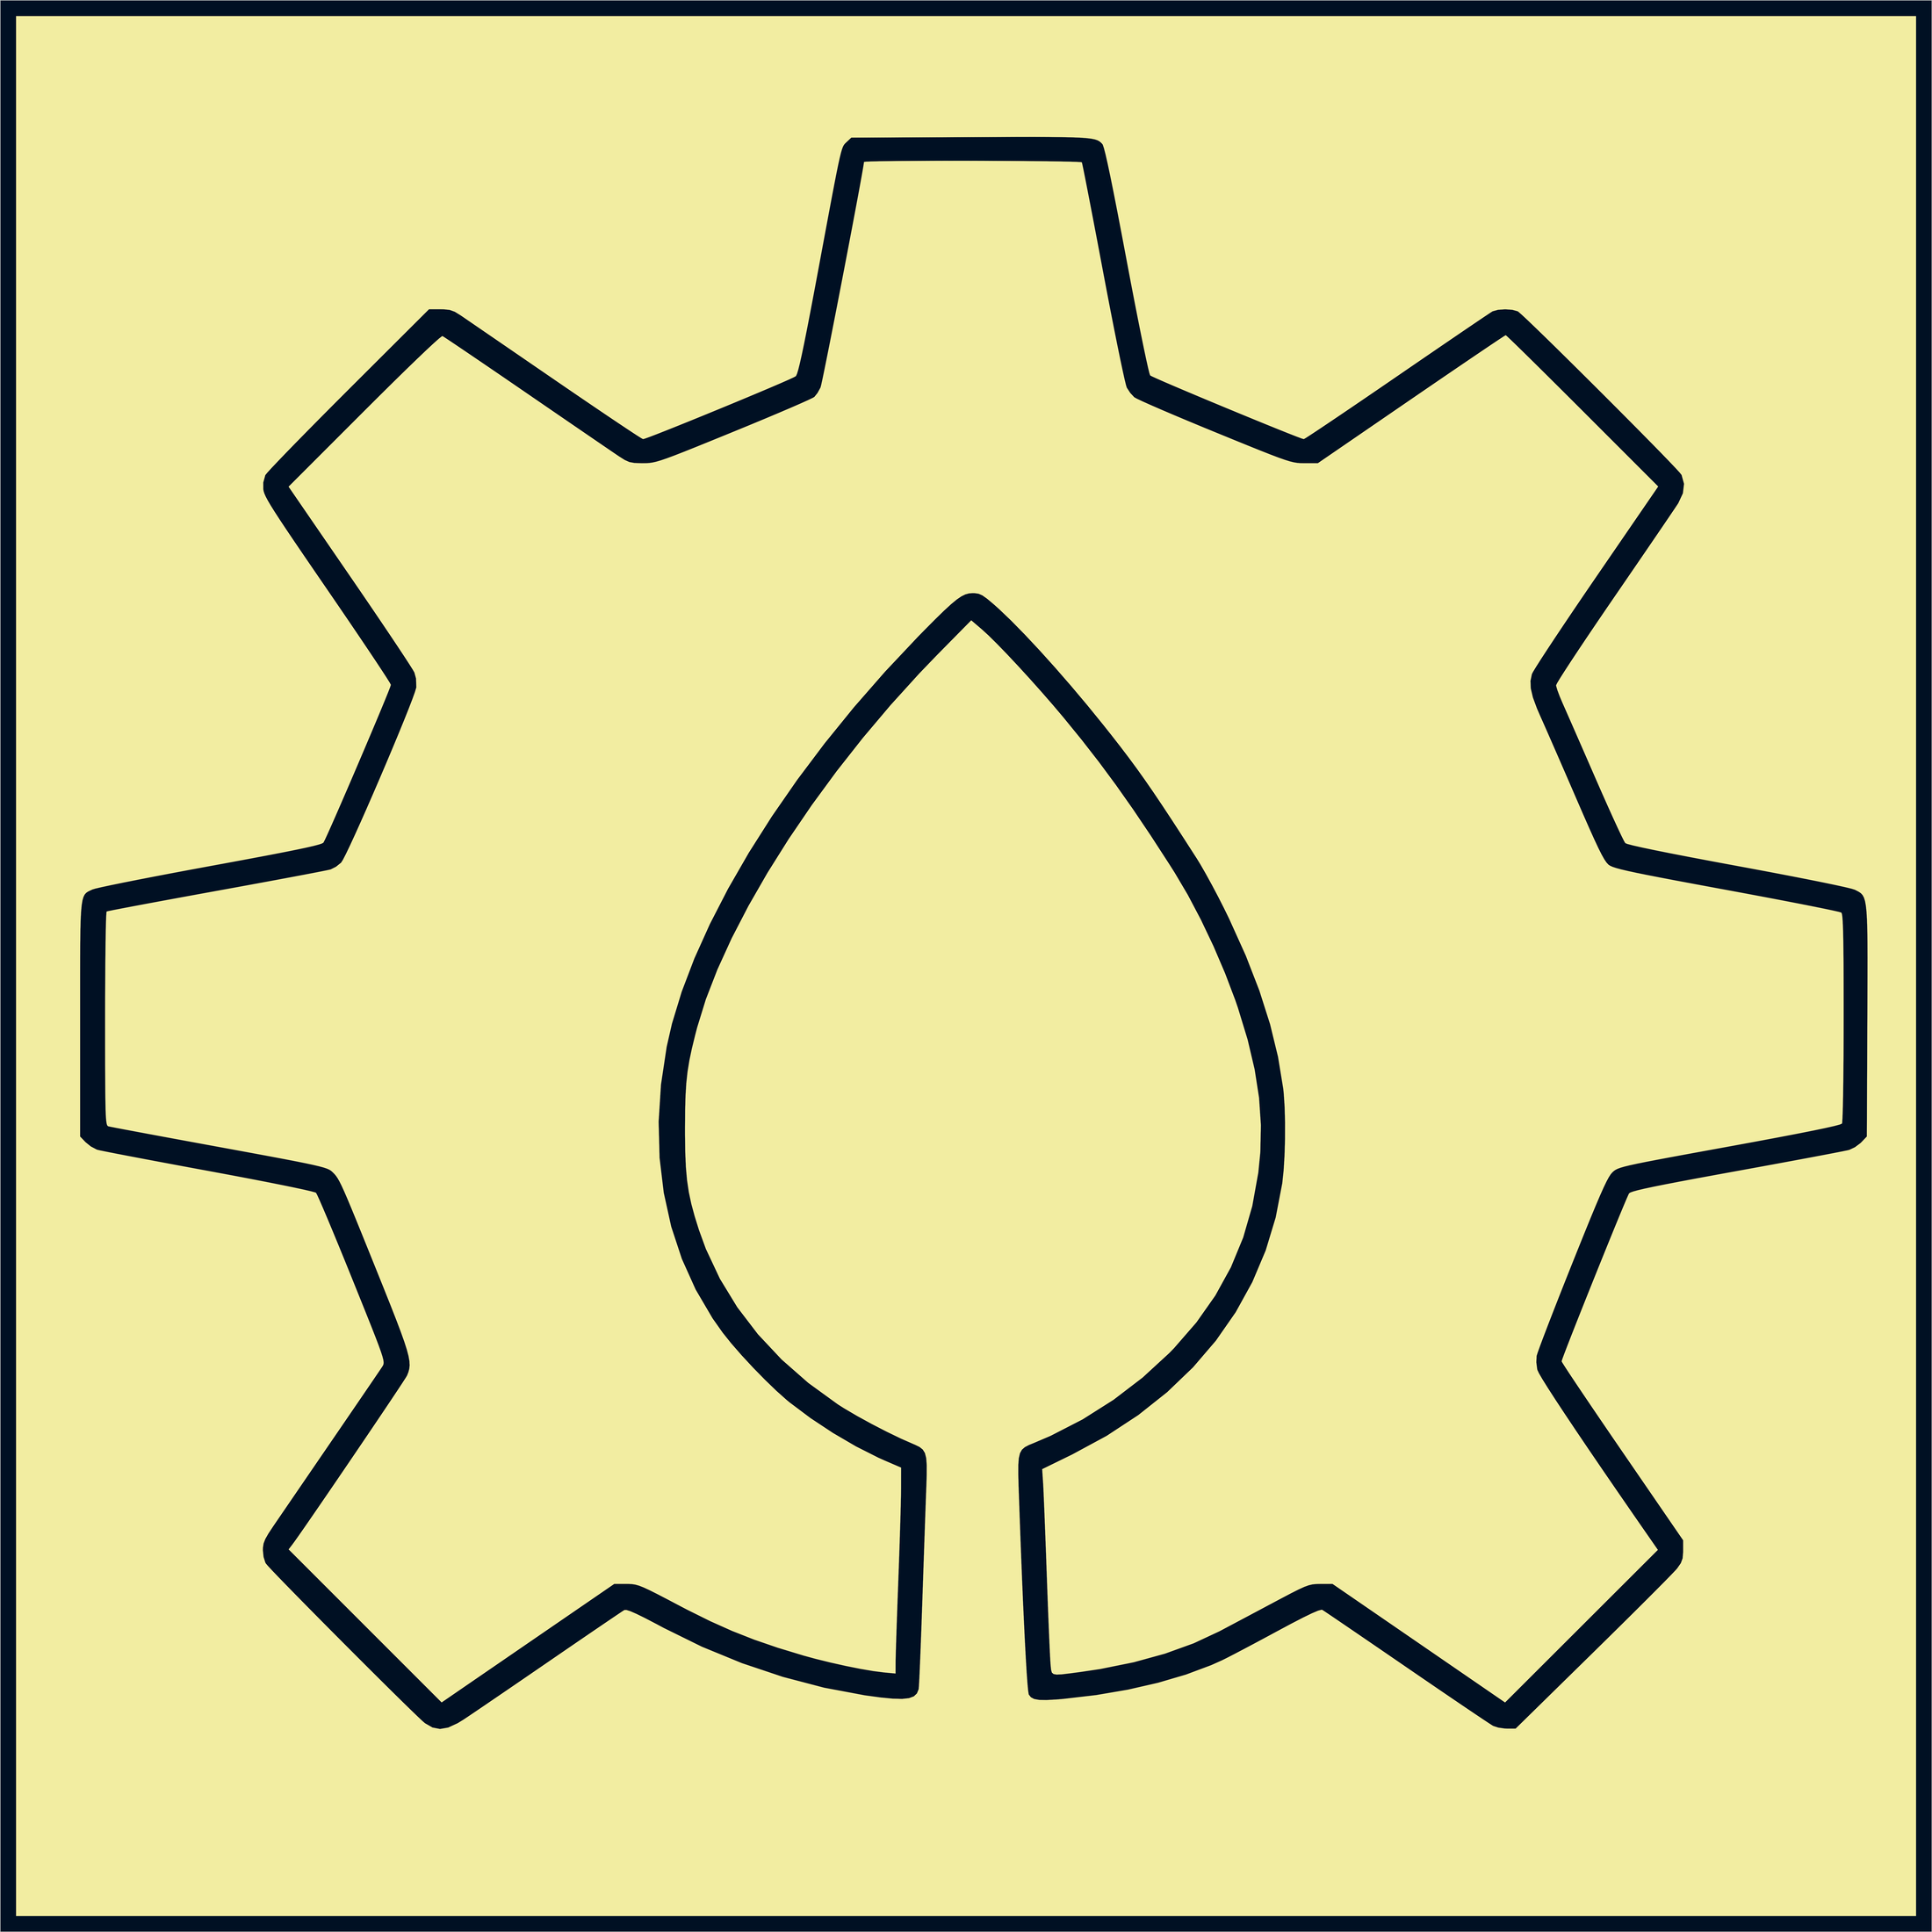
<source format=kicad_pcb>
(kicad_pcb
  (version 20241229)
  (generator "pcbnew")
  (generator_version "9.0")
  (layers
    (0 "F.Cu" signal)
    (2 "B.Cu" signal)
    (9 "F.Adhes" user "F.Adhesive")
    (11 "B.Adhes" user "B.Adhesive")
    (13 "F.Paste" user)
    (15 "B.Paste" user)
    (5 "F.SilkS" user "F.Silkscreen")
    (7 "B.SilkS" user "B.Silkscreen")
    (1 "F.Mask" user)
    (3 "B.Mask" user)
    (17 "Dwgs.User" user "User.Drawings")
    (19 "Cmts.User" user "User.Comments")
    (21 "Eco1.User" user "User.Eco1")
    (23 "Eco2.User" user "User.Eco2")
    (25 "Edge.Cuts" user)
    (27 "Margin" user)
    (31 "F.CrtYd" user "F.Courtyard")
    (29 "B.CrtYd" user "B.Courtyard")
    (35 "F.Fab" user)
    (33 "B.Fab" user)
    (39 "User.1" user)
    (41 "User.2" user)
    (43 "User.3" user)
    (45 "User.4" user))
  (footprint "oseg_logo_umriss"
    (layer "F.Cu")
    (at 180.627 180.627)
    (property "Reference" "oseg_logo_umriss" (at 0 0 0) (layer "F.SilkS") (effects (font (size 1.524 1.524) (thickness 0.3))))
    (attr through_hole)
    (fp_poly (pts (xy 0.036 -153.102) (xy 3.342 -153.096) (xy 6.602 -153.084) (xy 9.741 -153.066) (xy 12.683 -153.043) (xy 15.353 -153.015) (xy 17.676 -152.981) (xy 19.576 -152.943) (xy 20.979 -152.899) (xy 21.81 -152.851) (xy 22.011 -152.814) (xy 22.107 -152.423) (xy 22.321 -151.401) (xy 22.64 -149.807) (xy 23.053 -147.703) (xy 23.549 -145.15) (xy 24.114 -142.21) (xy 24.738 -138.944) (xy 25.408 -135.412) (xy 26.088 -131.807) (xy 26.802 -128.046) (xy 27.492 -124.468) (xy 28.146 -121.136) (xy 28.751 -118.116) (xy 29.293 -115.473) (xy 29.759 -113.269) (xy 30.136 -111.571) (xy 30.411 -110.442) (xy 30.562 -109.962) (xy 31.217 -108.963) (xy 31.983 -108.142) (xy 31.987 -108.139) (xy 32.484 -107.863) (xy 33.564 -107.353) (xy 35.157 -106.641) (xy 37.19 -105.756) (xy 39.594 -104.73) (xy 42.296 -103.594) (xy 45.226 -102.377) (xy 47.302 -101.524) (xy 50.759 -100.11) (xy 53.631 -98.942) (xy 55.984 -97.995) (xy 57.885 -97.246) (xy 59.402 -96.672) (xy 60.6 -96.25) (xy 61.548 -95.957) (xy 62.312 -95.769) (xy 62.959 -95.663) (xy 63.556 -95.615) (xy 64.17 -95.603) (xy 64.329 -95.603) (xy 66.887 -95.603) (xy 84.631 -107.774) (xy 87.791 -109.939) (xy 90.779 -111.981) (xy 93.543 -113.865) (xy 96.034 -115.558) (xy 98.199 -117.024) (xy 99.99 -118.231) (xy 101.354 -119.142) (xy 102.242 -119.724) (xy 102.603 -119.944) (xy 102.607 -119.944) (xy 102.891 -119.702) (xy 103.629 -119.004) (xy 104.776 -117.894) (xy 106.285 -116.416) (xy 108.114 -114.615) (xy 110.217 -112.535) (xy 112.548 -110.22) (xy 115.064 -107.713) (xy 117.217 -105.562) (xy 131.597 -91.179) (xy 119.797 -73.979) (xy 117.647 -70.833) (xy 115.609 -67.831) (xy 113.721 -65.027) (xy 112.017 -62.478) (xy 110.537 -60.238) (xy 109.315 -58.363) (xy 108.39 -56.909) (xy 107.797 -55.932) (xy 107.58 -55.511) (xy 107.315 -54.215) (xy 107.371 -52.776) (xy 107.771 -51.072) (xy 108.54 -48.982) (xy 109.152 -47.573) (xy 109.684 -46.381) (xy 110.45 -44.645) (xy 111.404 -42.468) (xy 112.502 -39.955) (xy 113.698 -37.209) (xy 114.946 -34.333) (xy 115.961 -31.987) (xy 117.359 -28.769) (xy 118.517 -26.14) (xy 119.464 -24.04) (xy 120.232 -22.407) (xy 120.85 -21.178) (xy 121.349 -20.293) (xy 121.759 -19.69) (xy 122.109 -19.307) (xy 122.212 -19.222) (xy 122.518 -19.033) (xy 122.978 -18.836) (xy 123.644 -18.618) (xy 124.568 -18.369) (xy 125.801 -18.078) (xy 127.396 -17.734) (xy 129.403 -17.326) (xy 131.876 -16.843) (xy 134.865 -16.273) (xy 138.422 -15.607) (xy 142.6 -14.832) (xy 144.643 -14.455) (xy 148.436 -13.751) (xy 152.028 -13.076) (xy 155.358 -12.442) (xy 158.364 -11.86) (xy 160.986 -11.343) (xy 163.163 -10.903) (xy 164.833 -10.551) (xy 165.937 -10.3) (xy 166.413 -10.163) (xy 166.423 -10.156) (xy 166.522 -9.925) (xy 166.607 -9.379) (xy 166.677 -8.472) (xy 166.734 -7.159) (xy 166.779 -5.396) (xy 166.813 -3.135) (xy 166.837 -0.333) (xy 166.851 3.057) (xy 166.858 7.08) (xy 166.858 9.833) (xy 166.852 13.499) (xy 166.835 16.96) (xy 166.809 20.15) (xy 166.775 23.004) (xy 166.734 25.456) (xy 166.687 27.441) (xy 166.635 28.893) (xy 166.579 29.747) (xy 166.541 29.95) (xy 166.138 30.128) (xy 165.085 30.41) (xy 163.376 30.797) (xy 161.003 31.291) (xy 157.96 31.893) (xy 154.24 32.605) (xy 149.837 33.428) (xy 145.115 34.296) (xy 140.763 35.09) (xy 137.051 35.77) (xy 133.925 36.348) (xy 131.33 36.836) (xy 129.213 37.245) (xy 127.519 37.588) (xy 126.194 37.878) (xy 125.184 38.124) (xy 124.435 38.341) (xy 123.892 38.54) (xy 123.502 38.733) (xy 123.21 38.932) (xy 122.962 39.149) (xy 122.868 39.239) (xy 122.558 39.602) (xy 122.194 40.171) (xy 121.75 40.998) (xy 121.204 42.136) (xy 120.534 43.637) (xy 119.714 45.555) (xy 118.723 47.942) (xy 117.538 50.851) (xy 116.134 54.335) (xy 115.225 56.603) (xy 113.932 59.848) (xy 112.715 62.928) (xy 111.601 65.774) (xy 110.615 68.317) (xy 109.785 70.489) (xy 109.136 72.222) (xy 108.695 73.445) (xy 108.488 74.092) (xy 108.48 74.129) (xy 108.422 75.321) (xy 108.583 76.62) (xy 108.629 76.805) (xy 108.922 77.429) (xy 109.606 78.601) (xy 110.665 80.295) (xy 112.079 82.484) (xy 113.833 85.143) (xy 115.907 88.245) (xy 118.284 91.763) (xy 120.947 95.672) (xy 123.878 99.943) (xy 127.059 104.552) (xy 129.311 107.801) (xy 131.535 111.003) (xy 117.009 125.509) (xy 102.482 140.015) (xy 69.68 117.475) (xy 67.384 117.478) (xy 66.583 117.492) (xy 65.878 117.56) (xy 65.16 117.725) (xy 64.319 118.03) (xy 63.244 118.518) (xy 61.826 119.232) (xy 59.955 120.216) (xy 58.737 120.863) (xy 56.444 122.084) (xy 54.022 123.373) (xy 51.666 124.625) (xy 49.572 125.737) (xy 48.154 126.489) (xy 43.272 128.766) (xy 37.82 130.734) (xy 31.876 132.371) (xy 25.516 133.654) (xy 21.726 134.221) (xy 19.666 134.492) (xy 18.202 134.664) (xy 17.228 134.711) (xy 16.638 134.609) (xy 16.325 134.333) (xy 16.184 133.858) (xy 16.109 133.16) (xy 16.084 132.909) (xy 16.03 132.164) (xy 15.957 130.798) (xy 15.866 128.895) (xy 15.764 126.539) (xy 15.652 123.815) (xy 15.535 120.806) (xy 15.415 117.598) (xy 15.354 115.888) (xy 15.236 112.576) (xy 15.118 109.394) (xy 15.005 106.43) (xy 14.9 103.773) (xy 14.806 101.512) (xy 14.728 99.736) (xy 14.669 98.534) (xy 14.648 98.188) (xy 14.477 95.657) (xy 20.203 92.859) (xy 26.744 89.323) (xy 32.762 85.371) (xy 38.239 81.024) (xy 43.161 76.302) (xy 47.511 71.226) (xy 51.275 65.817) (xy 54.434 60.095) (xy 56.975 54.08) (xy 58.881 47.792) (xy 60.131 41.294) (xy 60.387 38.863) (xy 60.561 35.969) (xy 60.652 32.828) (xy 60.656 29.656) (xy 60.571 26.67) (xy 60.397 24.087) (xy 60.308 23.274) (xy 59.32 17.255) (xy 57.815 11.072) (xy 55.776 4.672) (xy 53.187 -1.996) (xy 50.03 -8.985) (xy 49.077 -10.936) (xy 47.959 -13.138) (xy 46.771 -15.385) (xy 45.612 -17.497) (xy 44.581 -19.295) (xy 43.91 -20.391) (xy 41.43 -24.243) (xy 39.261 -27.583) (xy 37.341 -30.496) (xy 35.609 -33.071) (xy 34.004 -35.394) (xy 32.465 -37.553) (xy 30.931 -39.634) (xy 29.342 -41.726) (xy 27.636 -43.915) (xy 26.024 -45.946) (xy 23.044 -49.612) (xy 19.996 -53.234) (xy 16.952 -56.732) (xy 13.986 -60.025) (xy 11.172 -63.031) (xy 8.584 -65.672) (xy 6.294 -67.864) (xy 5.194 -68.845) (xy 3.99 -69.853) (xy 3.118 -70.469) (xy 2.401 -70.787) (xy 1.66 -70.899) (xy 1.257 -70.908) (xy 0.569 -70.858) (xy -0.122 -70.673) (xy -0.88 -70.302) (xy -1.768 -69.696) (xy -2.849 -68.803) (xy -4.187 -67.573) (xy -5.844 -65.956) (xy -7.886 -63.901) (xy -9.183 -62.578) (xy -15.408 -55.969) (xy -21.323 -49.205) (xy -26.899 -42.334) (xy -32.109 -35.402) (xy -36.923 -28.454) (xy -41.314 -21.538) (xy -45.252 -14.7) (xy -48.71 -7.986) (xy -51.66 -1.442) (xy -54.071 4.885) (xy -55.918 10.949) (xy -56.924 15.346) (xy -58.007 22.542) (xy -58.455 29.592) (xy -58.277 36.463) (xy -57.477 43.123) (xy -56.063 49.538) (xy -54.041 55.675) (xy -51.418 61.502) (xy -48.199 66.985) (xy -46.278 69.708) (xy -44.671 71.718) (xy -42.693 73.989) (xy -40.492 76.364) (xy -38.219 78.687) (xy -36.024 80.802) (xy -34.056 82.553) (xy -33.543 82.975) (xy -29.585 85.947) (xy -25.307 88.778) (xy -20.928 91.336) (xy -16.666 93.487) (xy -15.434 94.037) (xy -12.347 95.368) (xy -12.355 99.278) (xy -12.371 100.543) (xy -12.412 102.404) (xy -12.475 104.751) (xy -12.557 107.476) (xy -12.655 110.468) (xy -12.765 113.619) (xy -12.875 116.593) (xy -12.992 119.704) (xy -13.1 122.681) (xy -13.196 125.429) (xy -13.277 127.853) (xy -13.339 129.859) (xy -13.38 131.352) (xy -13.396 132.238) (xy -13.396 132.254) (xy -13.406 134.51) (xy -15.658 134.3) (xy -17.638 134.046) (xy -20.109 133.622) (xy -22.889 133.066) (xy -25.797 132.417) (xy -28.651 131.712) (xy -30.885 131.102) (xy -35.817 129.604) (xy -40.272 128.073) (xy -44.475 126.418) (xy -48.655 124.548) (xy -53.035 122.373) (xy -54.358 121.681) (xy -56.8 120.395) (xy -58.711 119.402) (xy -60.184 118.664) (xy -61.31 118.143) (xy -62.183 117.802) (xy -62.894 117.603) (xy -63.536 117.507) (xy -64.201 117.477) (xy -64.608 117.475) (xy -66.89 117.475) (xy -78.336 125.33) (xy -81.113 127.236) (xy -83.922 129.164) (xy -86.66 131.044) (xy -89.223 132.804) (xy -91.508 134.372) (xy -93.411 135.679) (xy -94.746 136.596) (xy -99.709 140.006) (xy -114.254 125.459) (xy -128.798 110.911) (xy -128.133 110.048) (xy -127.632 109.364) (xy -126.807 108.195) (xy -125.703 106.61) (xy -124.366 104.673) (xy -122.84 102.452) (xy -121.17 100.014) (xy -119.403 97.424) (xy -117.583 94.749) (xy -115.755 92.056) (xy -113.964 89.412) (xy -112.257 86.883) (xy -110.676 84.535) (xy -109.269 82.436) (xy -108.081 80.651) (xy -107.155 79.248) (xy -106.538 78.292) (xy -106.275 77.851) (xy -106.274 77.849) (xy -106.028 77.223) (xy -105.861 76.6) (xy -105.788 75.919) (xy -105.829 75.121) (xy -106 74.145) (xy -106.32 72.93) (xy -106.805 71.415) (xy -107.474 69.54) (xy -108.343 67.245) (xy -109.431 64.468) (xy -110.755 61.15) (xy -112.049 57.933) (xy -113.593 54.104) (xy -114.899 50.873) (xy -115.992 48.186) (xy -116.897 45.985) (xy -117.639 44.217) (xy -118.243 42.824) (xy -118.735 41.751) (xy -119.14 40.942) (xy -119.482 40.342) (xy -119.787 39.895) (xy -120.08 39.545) (xy -120.386 39.236) (xy -120.529 39.1) (xy -120.774 38.896) (xy -121.091 38.703) (xy -121.533 38.509) (xy -122.157 38.301) (xy -123.017 38.069) (xy -124.166 37.799) (xy -125.661 37.48) (xy -127.555 37.101) (xy -129.904 36.648) (xy -132.761 36.11) (xy -136.182 35.476) (xy -140.22 34.733) (xy -141.993 34.407) (xy -145.712 33.724) (xy -149.235 33.075) (xy -152.497 32.472) (xy -155.436 31.926) (xy -157.988 31.449) (xy -160.092 31.054) (xy -161.684 30.751) (xy -162.701 30.552) (xy -163.072 30.473) (xy -163.203 30.401) (xy -163.314 30.23) (xy -163.407 29.907) (xy -163.483 29.377) (xy -163.544 28.589) (xy -163.592 27.486) (xy -163.628 26.015) (xy -163.654 24.123) (xy -163.671 21.756) (xy -163.682 18.859) (xy -163.687 15.378) (xy -163.689 11.26) (xy -163.689 10.051) (xy -163.684 6.339) (xy -163.67 2.84) (xy -163.648 -0.381) (xy -163.618 -3.262) (xy -163.581 -5.741) (xy -163.54 -7.752) (xy -163.493 -9.235) (xy -163.442 -10.125) (xy -163.4 -10.367) (xy -163.01 -10.461) (xy -161.987 -10.668) (xy -160.392 -10.977) (xy -158.288 -11.377) (xy -155.735 -11.856) (xy -152.794 -12.402) (xy -149.528 -13.004) (xy -145.998 -13.651) (xy -142.498 -14.288) (xy -138.747 -14.971) (xy -135.179 -15.626) (xy -131.86 -16.239) (xy -128.854 -16.8) (xy -126.225 -17.294) (xy -124.039 -17.712) (xy -122.359 -18.04) (xy -121.251 -18.266) (xy -120.796 -18.372) (xy -119.792 -18.876) (xy -118.848 -19.632) (xy -118.806 -19.676) (xy -118.463 -20.22) (xy -117.888 -21.338) (xy -117.115 -22.952) (xy -116.178 -24.982) (xy -115.112 -27.348) (xy -113.95 -29.971) (xy -112.727 -32.772) (xy -111.475 -35.672) (xy -110.23 -38.591) (xy -109.025 -41.451) (xy -107.894 -44.171) (xy -106.87 -46.672) (xy -105.989 -48.876) (xy -105.284 -50.702) (xy -104.789 -52.073) (xy -104.538 -52.907) (xy -104.517 -53.03) (xy -104.57 -54.667) (xy -104.884 -55.809) (xy -105.179 -56.329) (xy -105.837 -57.374) (xy -106.822 -58.888) (xy -108.096 -60.814) (xy -109.622 -63.097) (xy -111.363 -65.681) (xy -113.28 -68.509) (xy -115.337 -71.526) (xy -117.114 -74.119) (xy -128.807 -91.146) (xy -114.41 -105.548) (xy -111.518 -108.431) (xy -108.853 -111.065) (xy -106.451 -113.417) (xy -104.349 -115.452) (xy -102.581 -117.137) (xy -101.184 -118.436) (xy -100.194 -119.315) (xy -99.646 -119.741) (xy -99.553 -119.775) (xy -99.182 -119.547) (xy -98.285 -118.956) (xy -96.918 -118.04) (xy -95.135 -116.836) (xy -92.992 -115.382) (xy -90.543 -113.715) (xy -87.845 -111.872) (xy -84.953 -109.891) (xy -83.501 -108.895) (xy -80.475 -106.818) (xy -77.569 -104.825) (xy -74.847 -102.959) (xy -72.37 -101.263) (xy -70.202 -99.778) (xy -68.403 -98.549) (xy -67.037 -97.617) (xy -66.166 -97.026) (xy -65.974 -96.897) (xy -64.888 -96.211) (xy -64.011 -95.823) (xy -63.057 -95.648) (xy -61.734 -95.603) (xy -61.462 -95.603) (xy -60.835 -95.61) (xy -60.242 -95.645) (xy -59.617 -95.732) (xy -58.894 -95.895) (xy -58.006 -96.155) (xy -56.888 -96.537) (xy -55.472 -97.062) (xy -53.692 -97.755) (xy -51.482 -98.638) (xy -48.775 -99.735) (xy -45.506 -101.067) (xy -44.197 -101.602) (xy -41.138 -102.859) (xy -38.265 -104.053) (xy -35.647 -105.155) (xy -33.354 -106.134) (xy -31.456 -106.962) (xy -30.021 -107.607) (xy -29.12 -108.041) (xy -28.836 -108.209) (xy -28.24 -108.954) (xy -27.692 -109.949) (xy -27.654 -110.037) (xy -27.529 -110.521) (xy -27.288 -111.625) (xy -26.947 -113.272) (xy -26.518 -115.39) (xy -26.016 -117.903) (xy -25.457 -120.737) (xy -24.853 -123.817) (xy -24.22 -127.07) (xy -23.572 -130.42) (xy -22.923 -133.793) (xy -22.288 -137.115) (xy -21.681 -140.31) (xy -21.116 -143.305) (xy -20.607 -146.026) (xy -20.169 -148.396) (xy -19.817 -150.343) (xy -19.564 -151.791) (xy -19.425 -152.667) (xy -19.403 -152.883) (xy -19.063 -152.933) (xy -18.092 -152.977) (xy -16.566 -153.014) (xy -14.561 -153.044) (xy -12.15 -153.068) (xy -9.41 -153.086) (xy -6.416 -153.097) (xy -3.242 -153.103) (xy 0.036 -153.102)) (stroke (width 0.01) (type solid)) (fill yes) (layer "F.SilkS"))
    (fp_poly (pts (xy 180.622 180.622) (xy -180.622 180.622) (xy -180.622 5.907) (xy -168.452 5.907) (xy -168.451 10.104) (xy -168.451 32.409) (xy -167.408 33.499) (xy -166.417 34.301) (xy -165.312 34.885) (xy -165.115 34.951) (xy -164.543 35.08) (xy -163.343 35.324) (xy -161.583 35.67) (xy -159.329 36.104) (xy -156.647 36.615) (xy -153.603 37.188) (xy -150.266 37.813) (xy -146.7 38.476) (xy -143.964 38.981) (xy -140.054 39.708) (xy -136.429 40.396) (xy -133.144 41.031) (xy -130.255 41.605) (xy -127.814 42.105) (xy -125.877 42.52) (xy -124.499 42.84) (xy -123.733 43.053) (xy -123.595 43.117) (xy -123.373 43.53) (xy -122.917 44.532) (xy -122.254 46.059) (xy -121.412 48.043) (xy -120.419 50.42) (xy -119.302 53.124) (xy -118.089 56.089) (xy -116.808 59.249) (xy -116.751 59.392) (xy -115.291 63.013) (xy -114.075 66.038) (xy -113.083 68.524) (xy -112.296 70.529) (xy -111.694 72.11) (xy -111.257 73.324) (xy -110.965 74.23) (xy -110.798 74.885) (xy -110.737 75.346) (xy -110.762 75.672) (xy -110.852 75.92) (xy -110.983 76.14) (xy -111.304 76.62) (xy -111.981 77.619) (xy -112.97 79.074) (xy -114.229 80.92) (xy -115.713 83.095) (xy -117.38 85.534) (xy -119.186 88.176) (xy -120.647 90.311) (xy -122.595 93.156) (xy -124.489 95.925) (xy -126.279 98.541) (xy -127.912 100.927) (xy -129.336 103.009) (xy -130.499 104.71) (xy -131.349 105.953) (xy -131.703 106.472) (xy -132.647 107.899) (xy -133.242 108.942) (xy -133.564 109.776) (xy -133.689 110.58) (xy -133.703 111.067) (xy -133.571 112.35) (xy -133.234 113.414) (xy -133.126 113.604) (xy -132.745 114.054) (xy -131.916 114.945) (xy -130.696 116.22) (xy -129.14 117.826) (xy -127.301 119.706) (xy -125.237 121.806) (xy -123.001 124.069) (xy -120.649 126.442) (xy -118.235 128.867) (xy -115.816 131.291) (xy -113.446 133.658) (xy -111.18 135.912) (xy -109.073 137.999) (xy -107.18 139.862) (xy -105.557 141.447) (xy -104.259 142.698) (xy -103.34 143.561) (xy -102.87 143.969) (xy -101.451 144.782) (xy -100.018 145.059) (xy -98.458 144.789) (xy -96.66 143.962) (xy -95.56 143.287) (xy -94.731 142.735) (xy -93.393 141.832) (xy -91.618 140.627) (xy -89.478 139.169) (xy -87.043 137.508) (xy -84.388 135.691) (xy -81.582 133.768) (xy -79.251 132.168) (xy -76.466 130.257) (xy -73.847 128.463) (xy -71.453 126.827) (xy -69.344 125.39) (xy -67.58 124.192) (xy -66.221 123.274) (xy -65.327 122.677) (xy -64.963 122.445) (xy -64.57 122.436) (xy -63.82 122.673) (xy -62.656 123.181) (xy -61.023 123.984) (xy -58.868 125.108) (xy -57.503 125.839) (xy -50.235 129.419) (xy -42.63 132.542) (xy -34.836 135.156) (xy -27 137.212) (xy -19.27 138.661) (xy -19.226 138.667) (xy -16.275 139.068) (xy -13.938 139.295) (xy -12.147 139.341) (xy -10.831 139.197) (xy -9.918 138.854) (xy -9.34 138.306) (xy -9.024 137.543) (xy -9.008 137.47) (xy -8.962 136.968) (xy -8.897 135.834) (xy -8.817 134.144) (xy -8.723 131.973) (xy -8.619 129.394) (xy -8.509 126.483) (xy -8.395 123.313) (xy -8.304 120.65) (xy -8.185 117.108) (xy -8.064 113.582) (xy -7.947 110.176) (xy -7.837 106.997) (xy -7.736 104.15) (xy -7.65 101.739) (xy -7.582 99.872) (xy -7.553 99.131) (xy -7.474 96.702) (xy -7.471 94.873) (xy -7.574 93.537) (xy -7.816 92.59) (xy -8.226 91.925) (xy -8.836 91.438) (xy -9.677 91.024) (xy -9.969 90.902) (xy -12.354 89.854) (xy -15.08 88.537) (xy -17.931 87.066) (xy -20.69 85.554) (xy -23.139 84.116) (xy -24.381 83.329) (xy -29.994 79.255) (xy -35.065 74.803) (xy -39.57 70.002) (xy -43.486 64.879) (xy -46.791 59.465) (xy -49.462 53.787) (xy -50.776 50.186) (xy -51.592 47.573) (xy -52.228 45.226) (xy -52.704 42.995) (xy -53.042 40.726) (xy -53.262 38.27) (xy -53.384 35.474) (xy -53.43 32.186) (xy -53.431 30.692) (xy -53.407 27.409) (xy -53.332 24.664) (xy -53.187 22.287) (xy -52.951 20.112) (xy -52.604 17.969) (xy -52.124 15.692) (xy -51.493 13.112) (xy -51.113 11.656) (xy -49.466 6.322) (xy -47.267 0.657) (xy -44.556 -5.281) (xy -41.368 -11.433) (xy -37.742 -17.743) (xy -33.716 -24.151) (xy -29.326 -30.599) (xy -24.61 -37.03) (xy -19.606 -43.384) (xy -14.351 -49.605) (xy -8.883 -55.633) (xy -5.415 -59.235) (xy 0.988 -65.731) (xy 3.018 -63.998) (xy 4.274 -62.849) (xy 5.896 -61.246) (xy 7.797 -59.281) (xy 9.894 -57.045) (xy 12.103 -54.63) (xy 14.339 -52.125) (xy 16.518 -49.624) (xy 18.491 -47.293) (xy 21.959 -43.037) (xy 25.267 -38.785) (xy 28.5 -34.415) (xy 31.746 -29.806) (xy 35.093 -24.836) (xy 38.628 -19.383) (xy 39.666 -17.748) (xy 42.163 -13.525) (xy 44.654 -8.798) (xy 47.047 -3.763) (xy 49.25 1.385) (xy 51.172 6.451) (xy 51.684 7.938) (xy 53.529 13.981) (xy 54.865 19.65) (xy 55.705 25.048) (xy 56.061 30.274) (xy 55.946 35.431) (xy 55.564 39.264) (xy 54.419 45.624) (xy 52.688 51.615) (xy 50.352 57.275) (xy 47.393 62.644) (xy 43.791 67.761) (xy 39.526 72.666) (xy 38.629 73.587) (xy 33.562 78.242) (xy 28.036 82.468) (xy 22.168 86.185) (xy 16.078 89.316) (xy 12.939 90.656) (xy 11.941 91.066) (xy 11.179 91.466) (xy 10.625 91.952) (xy 10.251 92.617) (xy 10.028 93.557) (xy 9.929 94.867) (xy 9.925 96.642) (xy 9.988 98.977) (xy 10.039 100.462) (xy 10.239 106.081) (xy 10.439 111.379) (xy 10.636 116.318) (xy 10.829 120.861) (xy 11.016 124.971) (xy 11.195 128.61) (xy 11.364 131.741) (xy 11.521 134.328) (xy 11.665 136.332) (xy 11.793 137.716) (xy 11.904 138.443) (xy 11.933 138.527) (xy 12.329 139.03) (xy 12.949 139.361) (xy 13.898 139.533) (xy 15.28 139.559) (xy 17.2 139.452) (xy 18.467 139.346) (xy 24.723 138.618) (xy 30.771 137.587) (xy 36.504 136.277) (xy 41.818 134.715) (xy 46.608 132.926) (xy 48.683 131.998) (xy 49.631 131.526) (xy 51.084 130.777) (xy 52.926 129.81) (xy 55.045 128.686) (xy 57.324 127.465) (xy 59.083 126.515) (xy 61.881 125.017) (xy 64.102 123.869) (xy 65.774 123.058) (xy 66.924 122.57) (xy 67.581 122.393) (xy 67.726 122.413) (xy 68.112 122.663) (xy 69.024 123.275) (xy 70.405 124.21) (xy 72.201 125.432) (xy 74.354 126.901) (xy 76.81 128.579) (xy 79.513 130.429) (xy 82.407 132.413) (xy 83.757 133.34) (xy 86.735 135.381) (xy 89.561 137.313) (xy 92.178 139.096) (xy 94.528 140.69) (xy 96.553 142.058) (xy 98.194 143.159) (xy 99.396 143.955) (xy 100.098 144.407) (xy 100.232 144.485) (xy 101.204 144.801) (xy 102.448 144.978) (xy 102.853 144.992) (xy 104.493 144.992) (xy 119.279 130.484) (xy 122.001 127.808) (xy 124.6 125.242) (xy 127.027 122.837) (xy 129.232 120.64) (xy 131.168 118.7) (xy 132.786 117.067) (xy 134.035 115.789) (xy 134.869 114.915) (xy 135.207 114.535) (xy 135.907 113.533) (xy 136.247 112.612) (xy 136.347 111.415) (xy 136.349 111.139) (xy 136.349 109.185) (xy 124.795 92.352) (xy 122.685 89.272) (xy 120.7 86.361) (xy 118.874 83.673) (xy 117.243 81.259) (xy 115.842 79.173) (xy 114.707 77.466) (xy 113.873 76.192) (xy 113.375 75.403) (xy 113.242 75.154) (xy 113.37 74.739) (xy 113.734 73.75) (xy 114.303 72.264) (xy 115.044 70.36) (xy 115.926 68.117) (xy 116.919 65.612) (xy 117.99 62.924) (xy 119.107 60.132) (xy 120.24 57.314) (xy 121.358 54.547) (xy 122.427 51.911) (xy 123.418 49.484) (xy 124.298 47.343) (xy 125.037 45.569) (xy 125.602 44.238) (xy 125.962 43.429) (xy 126.07 43.221) (xy 126.312 43.061) (xy 126.859 42.863) (xy 127.753 42.618) (xy 129.039 42.316) (xy 130.763 41.949) (xy 132.968 41.507) (xy 135.698 40.981) (xy 138.999 40.362) (xy 142.915 39.64) (xy 146.6 38.969) (xy 150.309 38.293) (xy 153.839 37.645) (xy 157.124 37.037) (xy 160.098 36.483) (xy 162.693 35.994) (xy 164.845 35.583) (xy 166.486 35.262) (xy 167.55 35.045) (xy 167.937 34.954) (xy 169.012 34.447) (xy 170.062 33.664) (xy 170.23 33.499) (xy 171.274 32.41) (xy 171.366 10.472) (xy 171.385 5.807) (xy 171.4 1.795) (xy 171.404 -1.615) (xy 171.392 -4.477) (xy 171.36 -6.841) (xy 171.302 -8.759) (xy 171.214 -10.285) (xy 171.091 -11.47) (xy 170.927 -12.366) (xy 170.718 -13.026) (xy 170.459 -13.501) (xy 170.144 -13.843) (xy 169.77 -14.105) (xy 169.33 -14.338) (xy 168.981 -14.512) (xy 168.391 -14.699) (xy 167.161 -14.997) (xy 165.342 -15.397) (xy 162.989 -15.887) (xy 160.154 -16.457) (xy 156.892 -17.095) (xy 153.255 -17.792) (xy 149.297 -18.536) (xy 146.805 -18.997) (xy 141.949 -19.899) (xy 137.682 -20.707) (xy 134.022 -21.416) (xy 130.982 -22.025) (xy 128.578 -22.529) (xy 126.826 -22.926) (xy 125.741 -23.213) (xy 125.347 -23.374) (xy 125.09 -23.809) (xy 124.589 -24.815) (xy 123.88 -26.316) (xy 122.999 -28.234) (xy 121.98 -30.492) (xy 120.859 -33.014) (xy 119.771 -35.494) (xy 118.542 -38.314) (xy 117.347 -41.05) (xy 116.229 -43.605) (xy 115.232 -45.881) (xy 114.397 -47.781) (xy 113.769 -49.207) (xy 113.453 -49.918) (xy 112.879 -51.272) (xy 112.441 -52.439) (xy 112.208 -53.229) (xy 112.188 -53.386) (xy 112.382 -53.79) (xy 112.941 -54.72) (xy 113.831 -56.119) (xy 115.013 -57.934) (xy 116.452 -60.109) (xy 118.112 -62.59) (xy 119.957 -65.322) (xy 121.95 -68.249) (xy 123.256 -70.155) (xy 125.36 -73.223) (xy 127.374 -76.162) (xy 129.255 -78.912) (xy 130.964 -81.415) (xy 132.459 -83.609) (xy 133.698 -85.435) (xy 134.643 -86.832) (xy 135.25 -87.741) (xy 135.427 -88.012) (xy 136.302 -89.889) (xy 136.515 -91.685) (xy 136.058 -93.339) (xy 136.019 -93.415) (xy 135.677 -93.839) (xy 134.887 -94.701) (xy 133.701 -95.949) (xy 132.173 -97.529) (xy 130.357 -99.386) (xy 128.308 -101.468) (xy 126.078 -103.72) (xy 123.722 -106.088) (xy 121.293 -108.52) (xy 118.846 -110.961) (xy 116.434 -113.357) (xy 114.111 -115.655) (xy 111.93 -117.802) (xy 109.946 -119.742) (xy 108.213 -121.423) (xy 106.783 -122.792) (xy 105.712 -123.793) (xy 105.052 -124.374) (xy 104.886 -124.494) (xy 103.865 -124.776) (xy 102.511 -124.87) (xy 101.155 -124.778) (xy 100.132 -124.499) (xy 100.093 -124.479) (xy 99.671 -124.21) (xy 98.722 -123.578) (xy 97.298 -122.619) (xy 95.453 -121.368) (xy 93.239 -119.862) (xy 90.71 -118.137) (xy 87.92 -116.23) (xy 84.921 -114.176) (xy 81.941 -112.132) (xy 78.809 -109.986) (xy 75.848 -107.964) (xy 73.108 -106.1) (xy 70.642 -104.43) (xy 68.5 -102.987) (xy 66.734 -101.807) (xy 65.395 -100.924) (xy 64.536 -100.373) (xy 64.209 -100.189) (xy 63.778 -100.321) (xy 62.779 -100.695) (xy 61.294 -101.277) (xy 59.406 -102.032) (xy 57.195 -102.927) (xy 54.744 -103.929) (xy 52.134 -105.002) (xy 49.447 -106.114) (xy 46.765 -107.229) (xy 44.17 -108.315) (xy 41.744 -109.338) (xy 39.568 -110.262) (xy 37.725 -111.055) (xy 36.295 -111.683) (xy 35.361 -112.111) (xy 35.01 -112.3) (xy 34.866 -112.719) (xy 34.607 -113.771) (xy 34.246 -115.395) (xy 33.794 -117.531) (xy 33.264 -120.118) (xy 32.668 -123.095) (xy 32.02 -126.402) (xy 31.331 -129.977) (xy 30.614 -133.76) (xy 30.532 -134.198) (xy 29.591 -139.177) (xy 28.765 -143.48) (xy 28.05 -147.126) (xy 27.441 -150.134) (xy 26.935 -152.523) (xy 26.528 -154.314) (xy 26.215 -155.524) (xy 25.993 -156.174) (xy 25.928 -156.282) (xy 25.659 -156.563) (xy 25.362 -156.804) (xy 24.985 -157.008) (xy 24.476 -157.178) (xy 23.783 -157.317) (xy 22.853 -157.427) (xy 21.634 -157.512) (xy 20.073 -157.573) (xy 18.118 -157.614) (xy 15.718 -157.637) (xy 12.819 -157.646) (xy 9.369 -157.642) (xy 5.316 -157.629) (xy 0.819 -157.611) (xy -21.816 -157.515) (xy -22.7 -156.685) (xy -22.909 -156.492) (xy -23.093 -156.302) (xy -23.263 -156.066) (xy -23.43 -155.731) (xy -23.607 -155.246) (xy -23.804 -154.561) (xy -24.033 -153.624) (xy -24.305 -152.385) (xy -24.631 -150.793) (xy -25.023 -148.796) (xy -25.492 -146.343) (xy -26.049 -143.384) (xy -26.706 -139.867) (xy -27.475 -135.741) (xy -28.05 -132.649) (xy -28.895 -128.134) (xy -29.628 -124.274) (xy -30.257 -121.029) (xy -30.791 -118.358) (xy -31.238 -116.221) (xy -31.607 -114.577) (xy -31.906 -113.386) (xy -32.143 -112.609) (xy -32.328 -112.204) (xy -32.373 -112.151) (xy -32.799 -111.92) (xy -33.797 -111.461) (xy -35.283 -110.808) (xy -37.175 -109.996) (xy -39.389 -109.059) (xy -41.844 -108.03) (xy -44.456 -106.943) (xy -47.144 -105.834) (xy -49.824 -104.734) (xy -52.414 -103.68) (xy -54.831 -102.704) (xy -56.992 -101.841) (xy -58.816 -101.124) (xy -60.218 -100.589) (xy -61.118 -100.268) (xy -61.415 -100.189) (xy -61.769 -100.383) (xy -62.651 -100.942) (xy -64.006 -101.83) (xy -65.781 -103.011) (xy -67.923 -104.449) (xy -70.378 -106.108) (xy -73.092 -107.952) (xy -76.012 -109.945) (xy -78.083 -111.364) (xy -81.166 -113.479) (xy -84.119 -115.506) (xy -86.884 -117.403) (xy -89.4 -119.129) (xy -91.608 -120.643) (xy -93.449 -121.906) (xy -94.862 -122.875) (xy -95.789 -123.51) (xy -96.083 -123.711) (xy -97.206 -124.404) (xy -98.184 -124.756) (xy -99.37 -124.876) (xy -99.954 -124.883) (xy -102.11 -124.883) (xy -117.402 -109.626) (xy -120.138 -106.888) (xy -122.735 -104.274) (xy -125.148 -101.831) (xy -127.332 -99.604) (xy -129.241 -97.641) (xy -130.83 -95.988) (xy -132.056 -94.69) (xy -132.872 -93.795) (xy -133.233 -93.347) (xy -133.237 -93.339) (xy -133.63 -91.927) (xy -133.626 -90.691) (xy -133.561 -90.305) (xy -133.418 -89.848) (xy -133.166 -89.273) (xy -132.775 -88.532) (xy -132.217 -87.58) (xy -131.461 -86.37) (xy -130.478 -84.855) (xy -129.238 -82.988) (xy -127.711 -80.723) (xy -125.868 -78.014) (xy -123.678 -74.812) (xy -121.416 -71.515) (xy -119.258 -68.364) (xy -117.224 -65.379) (xy -115.349 -62.611) (xy -113.666 -60.112) (xy -112.211 -57.934) (xy -111.019 -56.129) (xy -110.123 -54.748) (xy -109.559 -53.843) (xy -109.361 -53.467) (xy -109.361 -53.466) (xy -109.497 -53.045) (xy -109.88 -52.058) (xy -110.478 -50.584) (xy -111.255 -48.704) (xy -112.178 -46.496) (xy -113.213 -44.042) (xy -114.325 -41.42) (xy -115.48 -38.711) (xy -116.643 -35.995) (xy -117.782 -33.351) (xy -118.861 -30.861) (xy -119.847 -28.602) (xy -120.705 -26.656) (xy -121.401 -25.103) (xy -121.901 -24.022) (xy -122.171 -23.493) (xy -122.185 -23.471) (xy -122.445 -23.313) (xy -123.05 -23.107) (xy -124.04 -22.846) (xy -125.455 -22.52) (xy -127.336 -22.122) (xy -129.723 -21.644) (xy -132.655 -21.076) (xy -136.173 -20.412) (xy -140.317 -19.642) (xy -143.754 -19.009) (xy -147.556 -18.307) (xy -151.178 -17.626) (xy -154.555 -16.981) (xy -157.623 -16.385) (xy -160.317 -15.849) (xy -162.574 -15.387) (xy -164.33 -15.011) (xy -165.52 -14.735) (xy -166.08 -14.57) (xy -166.082 -14.569) (xy -166.55 -14.356) (xy -166.952 -14.158) (xy -167.293 -13.923) (xy -167.578 -13.6) (xy -167.812 -13.137) (xy -168.001 -12.481) (xy -168.148 -11.581) (xy -168.259 -10.386) (xy -168.34 -8.843) (xy -168.394 -6.9) (xy -168.428 -4.505) (xy -168.445 -1.607) (xy -168.452 1.846) (xy -168.452 5.907) (xy -180.622 5.907) (xy -180.622 -180.622) (xy 180.622 -180.622) (xy 180.622 180.622)) (stroke (width 0.01) (type solid)) (fill yes) (layer "F.SilkS")))
  (gr_rect
    (start -3 -3)
    (end 364.254 364.254)
    (stroke (width 0.1) (type default))
    (fill no)
    (layer "Edge.Cuts")))
</source>
